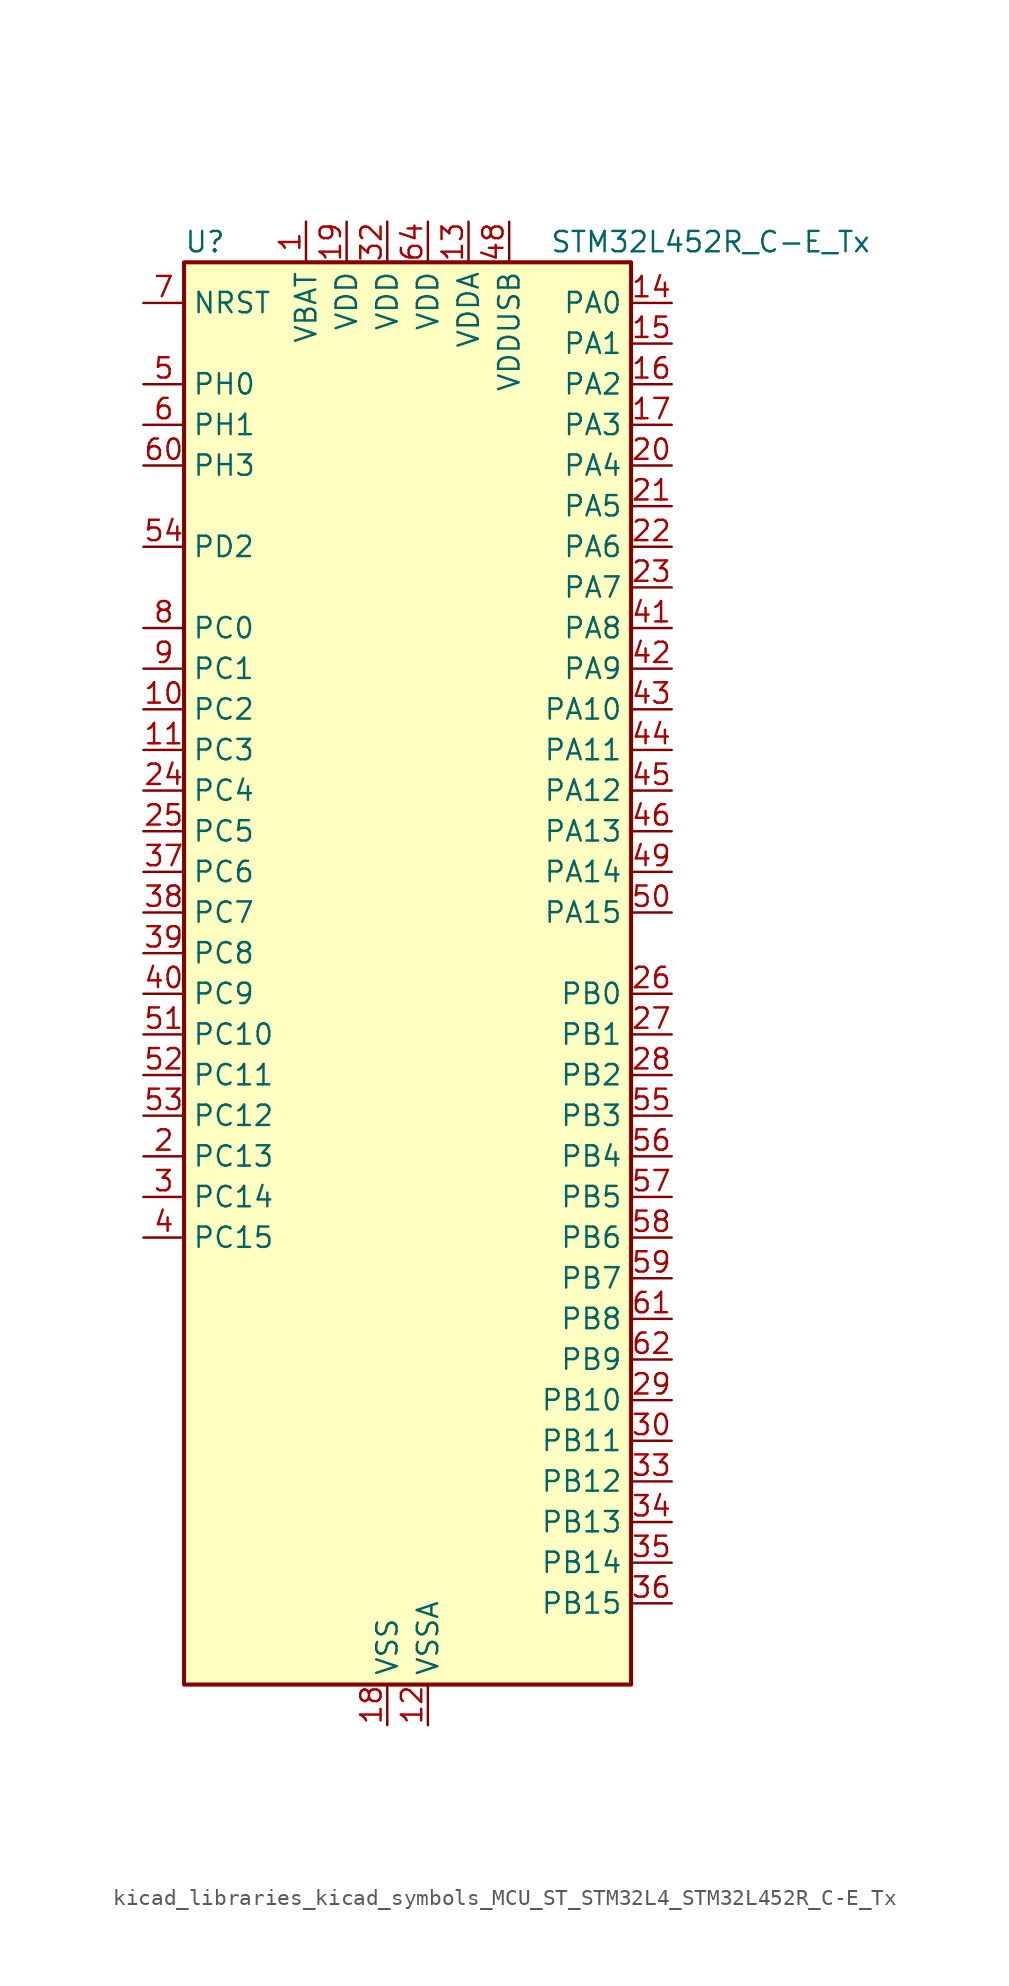
<source format=kicad_sym>
(kicad_symbol_lib
  (version 20220914)
  (generator kicad_symbol_editor)
  (symbol "kicad_libraries_kicad_symbols_MCU_ST_STM32L4_STM32L452R_C-E_Tx"
    (property "Reference" "U"
      (at -12.7 46.99 0)
      (effects (font (size 1.27 1.27)) (justify left)))
    (property "Value" "STM32L452R_C-E_Tx"
      (at 10.16 46.99 0)
      (effects (font (size 1.27 1.27)) (justify left)))
    (property "ki_locked" ""
      (at 0 0 0)
      (effects (font (size 1.27 1.27))))
    (symbol "kicad_libraries_kicad_symbols_MCU_ST_STM32L4_STM32L452R_C-E_Tx_0_1"
      (rectangle (start -12.7 -43.18) (end 15.24 45.72) (stroke (width 0.254) (type default)) (fill (type background))))
    (symbol "kicad_libraries_kicad_symbols_MCU_ST_STM32L4_STM32L452R_C-E_Tx_1_1"
      (pin power_in line (at -5.08 48.26 270) (length 2.54) (name "VBAT" (effects (font (size 1.27 1.27)))) (number "1" (effects (font (size 1.27 1.27)))))
      (pin bidirectional line (at -15.24 17.78 0) (length 2.54) (name "PC2" (effects (font (size 1.27 1.27)))) (number "10" (effects (font (size 1.27 1.27)))) (alternate "ADC1_IN3" bidirectional line) (alternate "DFSDM1_CKOUT" bidirectional line) (alternate "LPTIM1_IN2" bidirectional line) (alternate "SPI2_MISO" bidirectional line))
      (pin bidirectional line (at -15.24 15.24 0) (length 2.54) (name "PC3" (effects (font (size 1.27 1.27)))) (number "11" (effects (font (size 1.27 1.27)))) (alternate "ADC1_IN4" bidirectional line) (alternate "LPTIM1_ETR" bidirectional line) (alternate "LPTIM2_ETR" bidirectional line) (alternate "SAI1_SD_A" bidirectional line) (alternate "SPI2_MOSI" bidirectional line))
      (pin power_in line (at 2.54 -45.72 90) (length 2.54) (name "VSSA" (effects (font (size 1.27 1.27)))) (number "12" (effects (font (size 1.27 1.27)))))
      (pin power_in line (at 5.08 48.26 270) (length 2.54) (name "VDDA" (effects (font (size 1.27 1.27)))) (number "13" (effects (font (size 1.27 1.27)))))
      (pin bidirectional line (at 17.78 43.18 180) (length 2.54) (name "PA0" (effects (font (size 1.27 1.27)))) (number "14" (effects (font (size 1.27 1.27)))) (alternate "ADC1_IN5" bidirectional line) (alternate "COMP1_INM" bidirectional line) (alternate "COMP1_OUT" bidirectional line) (alternate "OPAMP1_VINP" bidirectional line) (alternate "RTC_TAMP2" bidirectional line) (alternate "SAI1_EXTCLK" bidirectional line) (alternate "SYS_WKUP1" bidirectional line) (alternate "TIM2_CH1" bidirectional line) (alternate "TIM2_ETR" bidirectional line) (alternate "UART4_TX" bidirectional line) (alternate "USART2_CTS" bidirectional line))
      (pin bidirectional line (at 17.78 40.64 180) (length 2.54) (name "PA1" (effects (font (size 1.27 1.27)))) (number "15" (effects (font (size 1.27 1.27)))) (alternate "ADC1_IN6" bidirectional line) (alternate "COMP1_INP" bidirectional line) (alternate "I2C1_SMBA" bidirectional line) (alternate "OPAMP1_VINM" bidirectional line) (alternate "SPI1_SCK" bidirectional line) (alternate "TIM15_CH1N" bidirectional line) (alternate "TIM2_CH2" bidirectional line) (alternate "UART4_RX" bidirectional line) (alternate "USART2_DE" bidirectional line) (alternate "USART2_RTS" bidirectional line))
      (pin bidirectional line (at 17.78 38.1 180) (length 2.54) (name "PA2" (effects (font (size 1.27 1.27)))) (number "16" (effects (font (size 1.27 1.27)))) (alternate "ADC1_IN7" bidirectional line) (alternate "COMP2_INM" bidirectional line) (alternate "COMP2_OUT" bidirectional line) (alternate "LPUART1_TX" bidirectional line) (alternate "QUADSPI_BK1_NCS" bidirectional line) (alternate "RCC_LSCO" bidirectional line) (alternate "SYS_WKUP4" bidirectional line) (alternate "TIM15_CH1" bidirectional line) (alternate "TIM2_CH3" bidirectional line) (alternate "USART2_TX" bidirectional line))
      (pin bidirectional line (at 17.78 35.56 180) (length 2.54) (name "PA3" (effects (font (size 1.27 1.27)))) (number "17" (effects (font (size 1.27 1.27)))) (alternate "ADC1_IN8" bidirectional line) (alternate "COMP2_INP" bidirectional line) (alternate "LPUART1_RX" bidirectional line) (alternate "OPAMP1_VOUT" bidirectional line) (alternate "QUADSPI_CLK" bidirectional line) (alternate "SAI1_MCLK_A" bidirectional line) (alternate "TIM15_CH2" bidirectional line) (alternate "TIM2_CH4" bidirectional line) (alternate "USART2_RX" bidirectional line))
      (pin power_in line (at 0 -45.72 90) (length 2.54) (name "VSS" (effects (font (size 1.27 1.27)))) (number "18" (effects (font (size 1.27 1.27)))))
      (pin power_in line (at -2.54 48.26 270) (length 2.54) (name "VDD" (effects (font (size 1.27 1.27)))) (number "19" (effects (font (size 1.27 1.27)))))
      (pin bidirectional line (at -15.24 -10.16 0) (length 2.54) (name "PC13" (effects (font (size 1.27 1.27)))) (number "2" (effects (font (size 1.27 1.27)))) (alternate "RTC_OUT_ALARM" bidirectional line) (alternate "RTC_OUT_CALIB" bidirectional line) (alternate "RTC_TAMP1" bidirectional line) (alternate "RTC_TS" bidirectional line) (alternate "SYS_WKUP2" bidirectional line))
      (pin bidirectional line (at 17.78 33.02 180) (length 2.54) (name "PA4" (effects (font (size 1.27 1.27)))) (number "20" (effects (font (size 1.27 1.27)))) (alternate "ADC1_IN9" bidirectional line) (alternate "COMP1_INM" bidirectional line) (alternate "COMP2_INM" bidirectional line) (alternate "DAC1_OUT1" bidirectional line) (alternate "LPTIM2_OUT" bidirectional line) (alternate "SAI1_FS_B" bidirectional line) (alternate "SPI1_NSS" bidirectional line) (alternate "SPI3_NSS" bidirectional line) (alternate "USART2_CK" bidirectional line))
      (pin bidirectional line (at 17.78 30.48 180) (length 2.54) (name "PA5" (effects (font (size 1.27 1.27)))) (number "21" (effects (font (size 1.27 1.27)))) (alternate "ADC1_IN10" bidirectional line) (alternate "COMP1_INM" bidirectional line) (alternate "COMP2_INM" bidirectional line) (alternate "DFSDM1_CKOUT" bidirectional line) (alternate "LPTIM2_ETR" bidirectional line) (alternate "SPI1_SCK" bidirectional line) (alternate "TIM2_CH1" bidirectional line) (alternate "TIM2_ETR" bidirectional line))
      (pin bidirectional line (at 17.78 27.94 180) (length 2.54) (name "PA6" (effects (font (size 1.27 1.27)))) (number "22" (effects (font (size 1.27 1.27)))) (alternate "ADC1_IN11" bidirectional line) (alternate "COMP1_OUT" bidirectional line) (alternate "LPUART1_CTS" bidirectional line) (alternate "QUADSPI_BK1_IO3" bidirectional line) (alternate "SPI1_MISO" bidirectional line) (alternate "TIM16_CH1" bidirectional line) (alternate "TIM1_BKIN" bidirectional line) (alternate "TIM1_BKIN_COMP2" bidirectional line) (alternate "TIM3_CH1" bidirectional line) (alternate "USART3_CTS" bidirectional line))
      (pin bidirectional line (at 17.78 25.4 180) (length 2.54) (name "PA7" (effects (font (size 1.27 1.27)))) (number "23" (effects (font (size 1.27 1.27)))) (alternate "ADC1_IN12" bidirectional line) (alternate "COMP2_OUT" bidirectional line) (alternate "DFSDM1_DATIN0" bidirectional line) (alternate "I2C3_SCL" bidirectional line) (alternate "QUADSPI_BK1_IO2" bidirectional line) (alternate "SPI1_MOSI" bidirectional line) (alternate "TIM1_CH1N" bidirectional line) (alternate "TIM3_CH2" bidirectional line))
      (pin bidirectional line (at -15.24 12.7 0) (length 2.54) (name "PC4" (effects (font (size 1.27 1.27)))) (number "24" (effects (font (size 1.27 1.27)))) (alternate "ADC1_IN13" bidirectional line) (alternate "COMP1_INM" bidirectional line) (alternate "USART3_TX" bidirectional line))
      (pin bidirectional line (at -15.24 10.16 0) (length 2.54) (name "PC5" (effects (font (size 1.27 1.27)))) (number "25" (effects (font (size 1.27 1.27)))) (alternate "ADC1_IN14" bidirectional line) (alternate "COMP1_INP" bidirectional line) (alternate "SYS_WKUP5" bidirectional line) (alternate "USART3_RX" bidirectional line))
      (pin bidirectional line (at 17.78 0 180) (length 2.54) (name "PB0" (effects (font (size 1.27 1.27)))) (number "26" (effects (font (size 1.27 1.27)))) (alternate "ADC1_IN15" bidirectional line) (alternate "COMP1_OUT" bidirectional line) (alternate "DFSDM1_CKIN0" bidirectional line) (alternate "QUADSPI_BK1_IO1" bidirectional line) (alternate "SAI1_EXTCLK" bidirectional line) (alternate "SPI1_NSS" bidirectional line) (alternate "TIM1_CH2N" bidirectional line) (alternate "TIM3_CH3" bidirectional line) (alternate "USART3_CK" bidirectional line))
      (pin bidirectional line (at 17.78 -2.54 180) (length 2.54) (name "PB1" (effects (font (size 1.27 1.27)))) (number "27" (effects (font (size 1.27 1.27)))) (alternate "ADC1_IN16" bidirectional line) (alternate "COMP1_INM" bidirectional line) (alternate "DFSDM1_DATIN0" bidirectional line) (alternate "LPTIM2_IN1" bidirectional line) (alternate "LPUART1_DE" bidirectional line) (alternate "LPUART1_RTS" bidirectional line) (alternate "QUADSPI_BK1_IO0" bidirectional line) (alternate "TIM1_CH3N" bidirectional line) (alternate "TIM3_CH4" bidirectional line) (alternate "USART3_DE" bidirectional line) (alternate "USART3_RTS" bidirectional line))
      (pin bidirectional line (at 17.78 -5.08 180) (length 2.54) (name "PB2" (effects (font (size 1.27 1.27)))) (number "28" (effects (font (size 1.27 1.27)))) (alternate "COMP1_INP" bidirectional line) (alternate "DFSDM1_CKIN0" bidirectional line) (alternate "I2C3_SMBA" bidirectional line) (alternate "LPTIM1_OUT" bidirectional line) (alternate "RTC_OUT_ALARM" bidirectional line) (alternate "RTC_OUT_CALIB" bidirectional line))
      (pin bidirectional line (at 17.78 -25.4 180) (length 2.54) (name "PB10" (effects (font (size 1.27 1.27)))) (number "29" (effects (font (size 1.27 1.27)))) (alternate "COMP1_OUT" bidirectional line) (alternate "I2C2_SCL" bidirectional line) (alternate "I2C4_SCL" bidirectional line) (alternate "LPUART1_RX" bidirectional line) (alternate "QUADSPI_CLK" bidirectional line) (alternate "SAI1_SCK_A" bidirectional line) (alternate "SPI2_SCK" bidirectional line) (alternate "TIM2_CH3" bidirectional line) (alternate "TSC_SYNC" bidirectional line) (alternate "USART3_TX" bidirectional line))
      (pin bidirectional line (at -15.24 -12.7 0) (length 2.54) (name "PC14" (effects (font (size 1.27 1.27)))) (number "3" (effects (font (size 1.27 1.27)))) (alternate "RCC_OSC32_IN" bidirectional line))
      (pin bidirectional line (at 17.78 -27.94 180) (length 2.54) (name "PB11" (effects (font (size 1.27 1.27)))) (number "30" (effects (font (size 1.27 1.27)))) (alternate "ADC1_EXTI11" bidirectional line) (alternate "COMP2_OUT" bidirectional line) (alternate "I2C2_SDA" bidirectional line) (alternate "I2C4_SDA" bidirectional line) (alternate "LPUART1_TX" bidirectional line) (alternate "QUADSPI_BK1_NCS" bidirectional line) (alternate "TIM2_CH4" bidirectional line) (alternate "USART3_RX" bidirectional line))
      (pin passive line (at 0 -45.72 90) (length 2.54) hide (name "VSS" (effects (font (size 1.27 1.27)))) (number "31" (effects (font (size 1.27 1.27)))))
      (pin power_in line (at 0 48.26 270) (length 2.54) (name "VDD" (effects (font (size 1.27 1.27)))) (number "32" (effects (font (size 1.27 1.27)))))
      (pin bidirectional line (at 17.78 -30.48 180) (length 2.54) (name "PB12" (effects (font (size 1.27 1.27)))) (number "33" (effects (font (size 1.27 1.27)))) (alternate "CAN1_RX" bidirectional line) (alternate "DFSDM1_DATIN1" bidirectional line) (alternate "I2C2_SMBA" bidirectional line) (alternate "LPUART1_DE" bidirectional line) (alternate "LPUART1_RTS" bidirectional line) (alternate "SAI1_FS_A" bidirectional line) (alternate "SPI2_NSS" bidirectional line) (alternate "TIM15_BKIN" bidirectional line) (alternate "TIM1_BKIN" bidirectional line) (alternate "TIM1_BKIN_COMP2" bidirectional line) (alternate "TSC_G1_IO1" bidirectional line) (alternate "USART3_CK" bidirectional line))
      (pin bidirectional line (at 17.78 -33.02 180) (length 2.54) (name "PB13" (effects (font (size 1.27 1.27)))) (number "34" (effects (font (size 1.27 1.27)))) (alternate "CAN1_TX" bidirectional line) (alternate "DFSDM1_CKIN1" bidirectional line) (alternate "I2C2_SCL" bidirectional line) (alternate "LPUART1_CTS" bidirectional line) (alternate "SAI1_SCK_A" bidirectional line) (alternate "SPI2_SCK" bidirectional line) (alternate "TIM15_CH1N" bidirectional line) (alternate "TIM1_CH1N" bidirectional line) (alternate "TSC_G1_IO2" bidirectional line) (alternate "USART3_CTS" bidirectional line))
      (pin bidirectional line (at 17.78 -35.56 180) (length 2.54) (name "PB14" (effects (font (size 1.27 1.27)))) (number "35" (effects (font (size 1.27 1.27)))) (alternate "DFSDM1_DATIN2" bidirectional line) (alternate "I2C2_SDA" bidirectional line) (alternate "SAI1_MCLK_A" bidirectional line) (alternate "SPI2_MISO" bidirectional line) (alternate "TIM15_CH1" bidirectional line) (alternate "TIM1_CH2N" bidirectional line) (alternate "TSC_G1_IO3" bidirectional line) (alternate "USART3_DE" bidirectional line) (alternate "USART3_RTS" bidirectional line))
      (pin bidirectional line (at 17.78 -38.1 180) (length 2.54) (name "PB15" (effects (font (size 1.27 1.27)))) (number "36" (effects (font (size 1.27 1.27)))) (alternate "ADC1_EXTI15" bidirectional line) (alternate "DFSDM1_CKIN2" bidirectional line) (alternate "RTC_REFIN" bidirectional line) (alternate "SAI1_SD_A" bidirectional line) (alternate "SPI2_MOSI" bidirectional line) (alternate "TIM15_CH2" bidirectional line) (alternate "TIM1_CH3N" bidirectional line) (alternate "TSC_G1_IO4" bidirectional line))
      (pin bidirectional line (at -15.24 7.62 0) (length 2.54) (name "PC6" (effects (font (size 1.27 1.27)))) (number "37" (effects (font (size 1.27 1.27)))) (alternate "DFSDM1_CKIN3" bidirectional line) (alternate "SDMMC1_D6" bidirectional line) (alternate "TIM3_CH1" bidirectional line) (alternate "TSC_G4_IO1" bidirectional line))
      (pin bidirectional line (at -15.24 5.08 0) (length 2.54) (name "PC7" (effects (font (size 1.27 1.27)))) (number "38" (effects (font (size 1.27 1.27)))) (alternate "DFSDM1_DATIN3" bidirectional line) (alternate "SDMMC1_D7" bidirectional line) (alternate "TIM3_CH2" bidirectional line) (alternate "TSC_G4_IO2" bidirectional line))
      (pin bidirectional line (at -15.24 2.54 0) (length 2.54) (name "PC8" (effects (font (size 1.27 1.27)))) (number "39" (effects (font (size 1.27 1.27)))) (alternate "SDMMC1_D0" bidirectional line) (alternate "TIM3_CH3" bidirectional line) (alternate "TSC_G4_IO3" bidirectional line))
      (pin bidirectional line (at -15.24 -15.24 0) (length 2.54) (name "PC15" (effects (font (size 1.27 1.27)))) (number "4" (effects (font (size 1.27 1.27)))) (alternate "ADC1_EXTI15" bidirectional line) (alternate "RCC_OSC32_OUT" bidirectional line))
      (pin bidirectional line (at -15.24 0 0) (length 2.54) (name "PC9" (effects (font (size 1.27 1.27)))) (number "40" (effects (font (size 1.27 1.27)))) (alternate "DAC1_EXTI9" bidirectional line) (alternate "SDMMC1_D1" bidirectional line) (alternate "TIM3_CH4" bidirectional line) (alternate "TSC_G4_IO4" bidirectional line) (alternate "USB_NOE" bidirectional line))
      (pin bidirectional line (at 17.78 22.86 180) (length 2.54) (name "PA8" (effects (font (size 1.27 1.27)))) (number "41" (effects (font (size 1.27 1.27)))) (alternate "DFSDM1_CKIN1" bidirectional line) (alternate "LPTIM2_OUT" bidirectional line) (alternate "RCC_MCO" bidirectional line) (alternate "SAI1_SCK_A" bidirectional line) (alternate "TIM1_CH1" bidirectional line) (alternate "USART1_CK" bidirectional line))
      (pin bidirectional line (at 17.78 20.32 180) (length 2.54) (name "PA9" (effects (font (size 1.27 1.27)))) (number "42" (effects (font (size 1.27 1.27)))) (alternate "DAC1_EXTI9" bidirectional line) (alternate "DFSDM1_DATIN1" bidirectional line) (alternate "I2C1_SCL" bidirectional line) (alternate "SAI1_FS_A" bidirectional line) (alternate "TIM15_BKIN" bidirectional line) (alternate "TIM1_CH2" bidirectional line) (alternate "USART1_TX" bidirectional line))
      (pin bidirectional line (at 17.78 17.78 180) (length 2.54) (name "PA10" (effects (font (size 1.27 1.27)))) (number "43" (effects (font (size 1.27 1.27)))) (alternate "CRS_SYNC" bidirectional line) (alternate "I2C1_SDA" bidirectional line) (alternate "SAI1_SD_A" bidirectional line) (alternate "TIM1_CH3" bidirectional line) (alternate "USART1_RX" bidirectional line))
      (pin bidirectional line (at 17.78 15.24 180) (length 2.54) (name "PA11" (effects (font (size 1.27 1.27)))) (number "44" (effects (font (size 1.27 1.27)))) (alternate "ADC1_EXTI11" bidirectional line) (alternate "CAN1_RX" bidirectional line) (alternate "COMP1_OUT" bidirectional line) (alternate "SPI1_MISO" bidirectional line) (alternate "TIM1_BKIN2" bidirectional line) (alternate "TIM1_BKIN2_COMP1" bidirectional line) (alternate "TIM1_CH4" bidirectional line) (alternate "USART1_CTS" bidirectional line) (alternate "USB_DM" bidirectional line))
      (pin bidirectional line (at 17.78 12.7 180) (length 2.54) (name "PA12" (effects (font (size 1.27 1.27)))) (number "45" (effects (font (size 1.27 1.27)))) (alternate "CAN1_TX" bidirectional line) (alternate "SPI1_MOSI" bidirectional line) (alternate "TIM1_ETR" bidirectional line) (alternate "USART1_DE" bidirectional line) (alternate "USART1_RTS" bidirectional line) (alternate "USB_DP" bidirectional line))
      (pin bidirectional line (at 17.78 10.16 180) (length 2.54) (name "PA13" (effects (font (size 1.27 1.27)))) (number "46" (effects (font (size 1.27 1.27)))) (alternate "IR_OUT" bidirectional line) (alternate "SAI1_SD_B" bidirectional line) (alternate "SYS_JTMS-SWDIO" bidirectional line) (alternate "USB_NOE" bidirectional line))
      (pin passive line (at 0 -45.72 90) (length 2.54) hide (name "VSS" (effects (font (size 1.27 1.27)))) (number "47" (effects (font (size 1.27 1.27)))))
      (pin power_in line (at 7.62 48.26 270) (length 2.54) (name "VDDUSB" (effects (font (size 1.27 1.27)))) (number "48" (effects (font (size 1.27 1.27)))))
      (pin bidirectional line (at 17.78 7.62 180) (length 2.54) (name "PA14" (effects (font (size 1.27 1.27)))) (number "49" (effects (font (size 1.27 1.27)))) (alternate "I2C1_SMBA" bidirectional line) (alternate "I2C4_SMBA" bidirectional line) (alternate "LPTIM1_OUT" bidirectional line) (alternate "SAI1_FS_B" bidirectional line) (alternate "SYS_JTCK-SWCLK" bidirectional line))
      (pin bidirectional line (at -15.24 38.1 0) (length 2.54) (name "PH0" (effects (font (size 1.27 1.27)))) (number "5" (effects (font (size 1.27 1.27)))) (alternate "RCC_OSC_IN" bidirectional line))
      (pin bidirectional line (at 17.78 5.08 180) (length 2.54) (name "PA15" (effects (font (size 1.27 1.27)))) (number "50" (effects (font (size 1.27 1.27)))) (alternate "ADC1_EXTI15" bidirectional line) (alternate "SPI1_NSS" bidirectional line) (alternate "SPI3_NSS" bidirectional line) (alternate "SYS_JTDI" bidirectional line) (alternate "TIM2_CH1" bidirectional line) (alternate "TIM2_ETR" bidirectional line) (alternate "TSC_G3_IO1" bidirectional line) (alternate "UART4_DE" bidirectional line) (alternate "UART4_RTS" bidirectional line) (alternate "USART2_RX" bidirectional line) (alternate "USART3_DE" bidirectional line) (alternate "USART3_RTS" bidirectional line))
      (pin bidirectional line (at -15.24 -2.54 0) (length 2.54) (name "PC10" (effects (font (size 1.27 1.27)))) (number "51" (effects (font (size 1.27 1.27)))) (alternate "SDMMC1_D2" bidirectional line) (alternate "SPI3_SCK" bidirectional line) (alternate "SYS_TRACED1" bidirectional line) (alternate "TSC_G3_IO2" bidirectional line) (alternate "UART4_TX" bidirectional line) (alternate "USART3_TX" bidirectional line))
      (pin bidirectional line (at -15.24 -5.08 0) (length 2.54) (name "PC11" (effects (font (size 1.27 1.27)))) (number "52" (effects (font (size 1.27 1.27)))) (alternate "ADC1_EXTI11" bidirectional line) (alternate "SDMMC1_D3" bidirectional line) (alternate "SPI3_MISO" bidirectional line) (alternate "TSC_G3_IO3" bidirectional line) (alternate "UART4_RX" bidirectional line) (alternate "USART3_RX" bidirectional line))
      (pin bidirectional line (at -15.24 -7.62 0) (length 2.54) (name "PC12" (effects (font (size 1.27 1.27)))) (number "53" (effects (font (size 1.27 1.27)))) (alternate "SDMMC1_CK" bidirectional line) (alternate "SPI3_MOSI" bidirectional line) (alternate "SYS_TRACED3" bidirectional line) (alternate "TSC_G3_IO4" bidirectional line) (alternate "USART3_CK" bidirectional line))
      (pin bidirectional line (at -15.24 27.94 0) (length 2.54) (name "PD2" (effects (font (size 1.27 1.27)))) (number "54" (effects (font (size 1.27 1.27)))) (alternate "SDMMC1_CMD" bidirectional line) (alternate "SYS_TRACED2" bidirectional line) (alternate "TIM3_ETR" bidirectional line) (alternate "TSC_SYNC" bidirectional line) (alternate "USART3_DE" bidirectional line) (alternate "USART3_RTS" bidirectional line))
      (pin bidirectional line (at 17.78 -7.62 180) (length 2.54) (name "PB3" (effects (font (size 1.27 1.27)))) (number "55" (effects (font (size 1.27 1.27)))) (alternate "COMP2_INM" bidirectional line) (alternate "SAI1_SCK_B" bidirectional line) (alternate "SPI1_SCK" bidirectional line) (alternate "SPI3_SCK" bidirectional line) (alternate "SYS_JTDO-SWO" bidirectional line) (alternate "TIM2_CH2" bidirectional line) (alternate "USART1_DE" bidirectional line) (alternate "USART1_RTS" bidirectional line))
      (pin bidirectional line (at 17.78 -10.16 180) (length 2.54) (name "PB4" (effects (font (size 1.27 1.27)))) (number "56" (effects (font (size 1.27 1.27)))) (alternate "COMP2_INP" bidirectional line) (alternate "I2C3_SDA" bidirectional line) (alternate "SAI1_MCLK_B" bidirectional line) (alternate "SPI1_MISO" bidirectional line) (alternate "SPI3_MISO" bidirectional line) (alternate "SYS_JTRST" bidirectional line) (alternate "TIM3_CH1" bidirectional line) (alternate "TSC_G2_IO1" bidirectional line) (alternate "USART1_CTS" bidirectional line))
      (pin bidirectional line (at 17.78 -12.7 180) (length 2.54) (name "PB5" (effects (font (size 1.27 1.27)))) (number "57" (effects (font (size 1.27 1.27)))) (alternate "CAN1_RX" bidirectional line) (alternate "COMP2_OUT" bidirectional line) (alternate "I2C1_SMBA" bidirectional line) (alternate "LPTIM1_IN1" bidirectional line) (alternate "SAI1_SD_B" bidirectional line) (alternate "SPI1_MOSI" bidirectional line) (alternate "SPI3_MOSI" bidirectional line) (alternate "TIM16_BKIN" bidirectional line) (alternate "TIM3_CH2" bidirectional line) (alternate "TSC_G2_IO2" bidirectional line) (alternate "USART1_CK" bidirectional line))
      (pin bidirectional line (at 17.78 -15.24 180) (length 2.54) (name "PB6" (effects (font (size 1.27 1.27)))) (number "58" (effects (font (size 1.27 1.27)))) (alternate "CAN1_TX" bidirectional line) (alternate "COMP2_INP" bidirectional line) (alternate "I2C1_SCL" bidirectional line) (alternate "I2C4_SCL" bidirectional line) (alternate "LPTIM1_ETR" bidirectional line) (alternate "SAI1_FS_B" bidirectional line) (alternate "TIM16_CH1N" bidirectional line) (alternate "TSC_G2_IO3" bidirectional line) (alternate "USART1_TX" bidirectional line))
      (pin bidirectional line (at 17.78 -17.78 180) (length 2.54) (name "PB7" (effects (font (size 1.27 1.27)))) (number "59" (effects (font (size 1.27 1.27)))) (alternate "COMP2_INM" bidirectional line) (alternate "I2C1_SDA" bidirectional line) (alternate "I2C4_SDA" bidirectional line) (alternate "LPTIM1_IN2" bidirectional line) (alternate "SYS_PVD_IN" bidirectional line) (alternate "TSC_G2_IO4" bidirectional line) (alternate "UART4_CTS" bidirectional line) (alternate "USART1_RX" bidirectional line))
      (pin bidirectional line (at -15.24 35.56 0) (length 2.54) (name "PH1" (effects (font (size 1.27 1.27)))) (number "6" (effects (font (size 1.27 1.27)))) (alternate "RCC_OSC_OUT" bidirectional line))
      (pin bidirectional line (at -15.24 33.02 0) (length 2.54) (name "PH3" (effects (font (size 1.27 1.27)))) (number "60" (effects (font (size 1.27 1.27)))))
      (pin bidirectional line (at 17.78 -20.32 180) (length 2.54) (name "PB8" (effects (font (size 1.27 1.27)))) (number "61" (effects (font (size 1.27 1.27)))) (alternate "CAN1_RX" bidirectional line) (alternate "I2C1_SCL" bidirectional line) (alternate "SAI1_MCLK_A" bidirectional line) (alternate "SDMMC1_D4" bidirectional line) (alternate "TIM16_CH1" bidirectional line))
      (pin bidirectional line (at 17.78 -22.86 180) (length 2.54) (name "PB9" (effects (font (size 1.27 1.27)))) (number "62" (effects (font (size 1.27 1.27)))) (alternate "CAN1_TX" bidirectional line) (alternate "DAC1_EXTI9" bidirectional line) (alternate "I2C1_SDA" bidirectional line) (alternate "IR_OUT" bidirectional line) (alternate "SAI1_FS_A" bidirectional line) (alternate "SDMMC1_D5" bidirectional line) (alternate "SPI2_NSS" bidirectional line))
      (pin passive line (at 0 -45.72 90) (length 2.54) hide (name "VSS" (effects (font (size 1.27 1.27)))) (number "63" (effects (font (size 1.27 1.27)))))
      (pin power_in line (at 2.54 48.26 270) (length 2.54) (name "VDD" (effects (font (size 1.27 1.27)))) (number "64" (effects (font (size 1.27 1.27)))))
      (pin input line (at -15.24 43.18 0) (length 2.54) (name "NRST" (effects (font (size 1.27 1.27)))) (number "7" (effects (font (size 1.27 1.27)))))
      (pin bidirectional line (at -15.24 22.86 0) (length 2.54) (name "PC0" (effects (font (size 1.27 1.27)))) (number "8" (effects (font (size 1.27 1.27)))) (alternate "ADC1_IN1" bidirectional line) (alternate "I2C3_SCL" bidirectional line) (alternate "I2C4_SCL" bidirectional line) (alternate "LPTIM1_IN1" bidirectional line) (alternate "LPTIM2_IN1" bidirectional line) (alternate "LPUART1_RX" bidirectional line))
      (pin bidirectional line (at -15.24 20.32 0) (length 2.54) (name "PC1" (effects (font (size 1.27 1.27)))) (number "9" (effects (font (size 1.27 1.27)))) (alternate "ADC1_IN2" bidirectional line) (alternate "I2C3_SDA" bidirectional line) (alternate "I2C4_SDA" bidirectional line) (alternate "LPTIM1_OUT" bidirectional line) (alternate "LPUART1_TX" bidirectional line) (alternate "SYS_TRACED0" bidirectional line)))))
</source>
